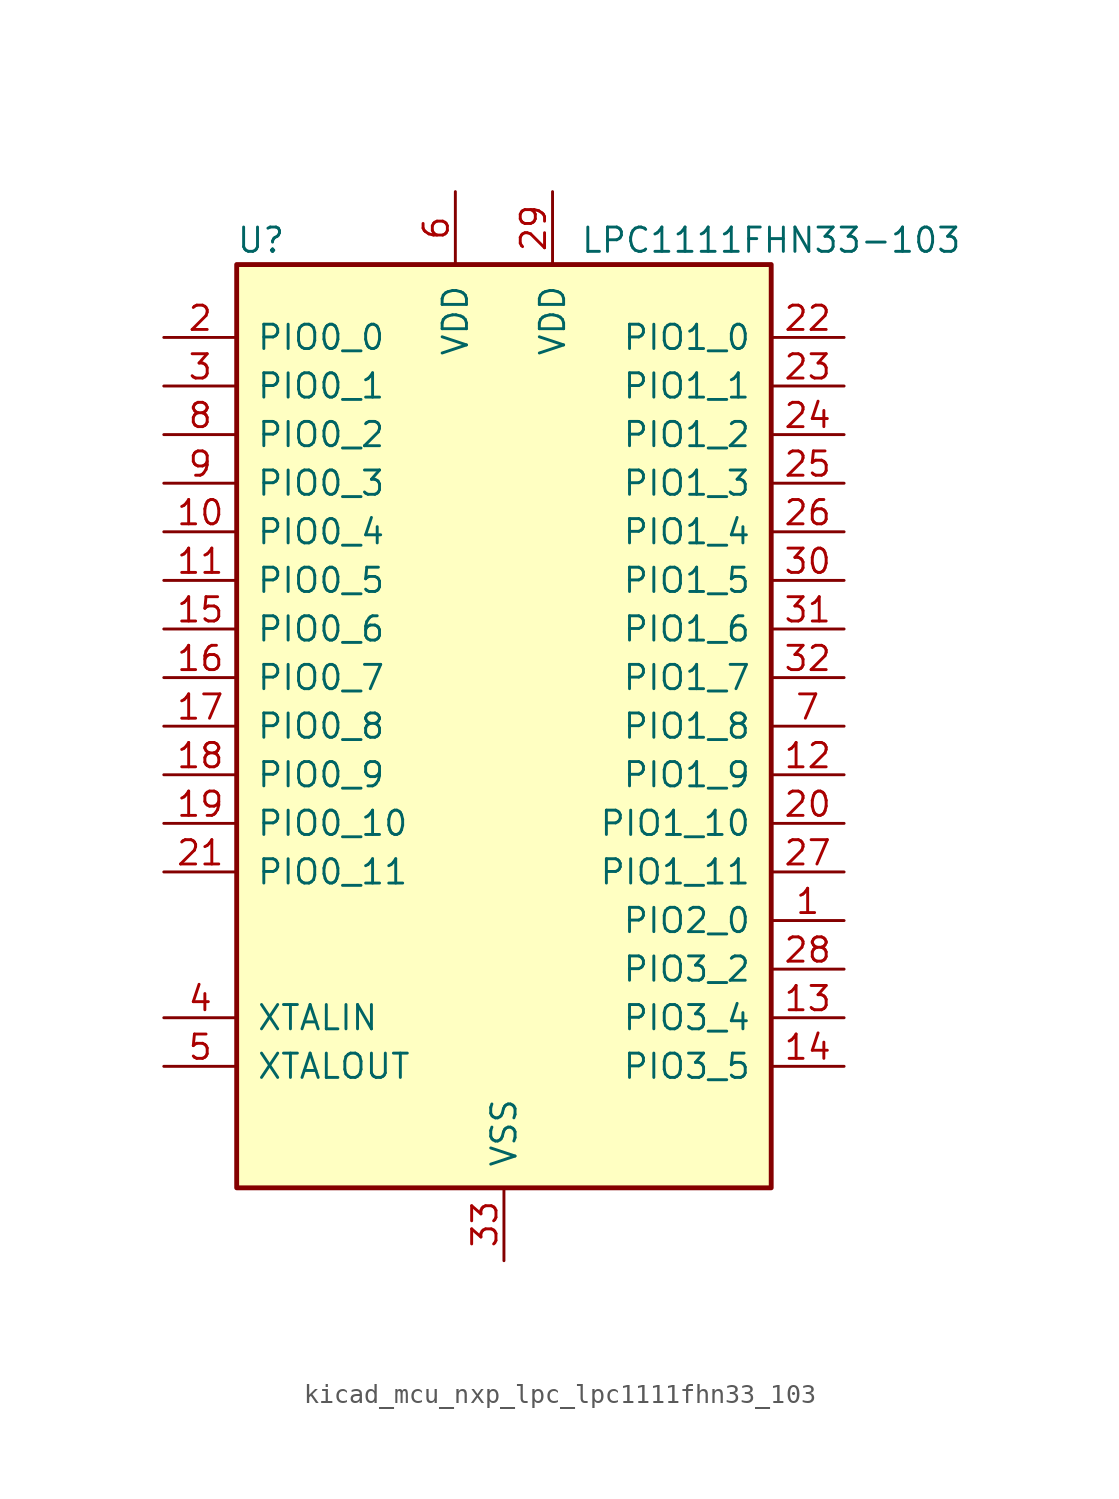
<source format=kicad_sym>
(kicad_symbol_lib
  (version 20220914)
  (generator kicad_symbol_editor)
  (symbol "kicad_mcu_nxp_lpc_lpc1111fhn33_103"
    (pin_names
      (offset 1.016))
    (property "Reference" "U"
      (at -12.7 25.4 0)
      (effects (font (size 1.27 1.27))))
    (property "Value" "LPC1111FHN33-103"
      (at 13.97 25.4 0)
      (effects (font (size 1.27 1.27))))
    (symbol "kicad_mcu_nxp_lpc_lpc1111fhn33_103_0_1"
      (rectangle (start -13.97 24.13) (end 13.97 -24.13) (stroke (width 0.254) (type default)) (fill (type background))))
    (symbol "kicad_mcu_nxp_lpc_lpc1111fhn33_103_1_1"
      (pin bidirectional line (at 17.78 -10.16 180) (length 3.81) (name "PIO2_0" (effects (font (size 1.27 1.27)))) (number "1" (effects (font (size 1.27 1.27)))))
      (pin bidirectional line (at -17.78 10.16 0) (length 3.81) (name "PIO0_4" (effects (font (size 1.27 1.27)))) (number "10" (effects (font (size 1.27 1.27)))))
      (pin bidirectional line (at -17.78 7.62 0) (length 3.81) (name "PIO0_5" (effects (font (size 1.27 1.27)))) (number "11" (effects (font (size 1.27 1.27)))))
      (pin bidirectional line (at 17.78 -2.54 180) (length 3.81) (name "PIO1_9" (effects (font (size 1.27 1.27)))) (number "12" (effects (font (size 1.27 1.27)))))
      (pin bidirectional line (at 17.78 -15.24 180) (length 3.81) (name "PIO3_4" (effects (font (size 1.27 1.27)))) (number "13" (effects (font (size 1.27 1.27)))))
      (pin bidirectional line (at 17.78 -17.78 180) (length 3.81) (name "PIO3_5" (effects (font (size 1.27 1.27)))) (number "14" (effects (font (size 1.27 1.27)))))
      (pin bidirectional line (at -17.78 5.08 0) (length 3.81) (name "PIO0_6" (effects (font (size 1.27 1.27)))) (number "15" (effects (font (size 1.27 1.27)))))
      (pin bidirectional line (at -17.78 2.54 0) (length 3.81) (name "PIO0_7" (effects (font (size 1.27 1.27)))) (number "16" (effects (font (size 1.27 1.27)))))
      (pin bidirectional line (at -17.78 0 0) (length 3.81) (name "PIO0_8" (effects (font (size 1.27 1.27)))) (number "17" (effects (font (size 1.27 1.27)))))
      (pin bidirectional line (at -17.78 -2.54 0) (length 3.81) (name "PIO0_9" (effects (font (size 1.27 1.27)))) (number "18" (effects (font (size 1.27 1.27)))))
      (pin bidirectional line (at -17.78 -5.08 0) (length 3.81) (name "PIO0_10" (effects (font (size 1.27 1.27)))) (number "19" (effects (font (size 1.27 1.27)))))
      (pin bidirectional line (at -17.78 20.32 0) (length 3.81) (name "PIO0_0" (effects (font (size 1.27 1.27)))) (number "2" (effects (font (size 1.27 1.27)))))
      (pin bidirectional line (at 17.78 -5.08 180) (length 3.81) (name "PIO1_10" (effects (font (size 1.27 1.27)))) (number "20" (effects (font (size 1.27 1.27)))))
      (pin bidirectional line (at -17.78 -7.62 0) (length 3.81) (name "PIO0_11" (effects (font (size 1.27 1.27)))) (number "21" (effects (font (size 1.27 1.27)))))
      (pin bidirectional line (at 17.78 20.32 180) (length 3.81) (name "PIO1_0" (effects (font (size 1.27 1.27)))) (number "22" (effects (font (size 1.27 1.27)))))
      (pin bidirectional line (at 17.78 17.78 180) (length 3.81) (name "PIO1_1" (effects (font (size 1.27 1.27)))) (number "23" (effects (font (size 1.27 1.27)))))
      (pin bidirectional line (at 17.78 15.24 180) (length 3.81) (name "PIO1_2" (effects (font (size 1.27 1.27)))) (number "24" (effects (font (size 1.27 1.27)))))
      (pin bidirectional line (at 17.78 12.7 180) (length 3.81) (name "PIO1_3" (effects (font (size 1.27 1.27)))) (number "25" (effects (font (size 1.27 1.27)))))
      (pin bidirectional line (at 17.78 10.16 180) (length 3.81) (name "PIO1_4" (effects (font (size 1.27 1.27)))) (number "26" (effects (font (size 1.27 1.27)))))
      (pin bidirectional line (at 17.78 -7.62 180) (length 3.81) (name "PIO1_11" (effects (font (size 1.27 1.27)))) (number "27" (effects (font (size 1.27 1.27)))))
      (pin bidirectional line (at 17.78 -12.7 180) (length 3.81) (name "PIO3_2" (effects (font (size 1.27 1.27)))) (number "28" (effects (font (size 1.27 1.27)))))
      (pin power_in line (at 2.54 27.94 270) (length 3.81) (name "VDD" (effects (font (size 1.27 1.27)))) (number "29" (effects (font (size 1.27 1.27)))))
      (pin bidirectional line (at -17.78 17.78 0) (length 3.81) (name "PIO0_1" (effects (font (size 1.27 1.27)))) (number "3" (effects (font (size 1.27 1.27)))))
      (pin bidirectional line (at 17.78 7.62 180) (length 3.81) (name "PIO1_5" (effects (font (size 1.27 1.27)))) (number "30" (effects (font (size 1.27 1.27)))))
      (pin bidirectional line (at 17.78 5.08 180) (length 3.81) (name "PIO1_6" (effects (font (size 1.27 1.27)))) (number "31" (effects (font (size 1.27 1.27)))))
      (pin bidirectional line (at 17.78 2.54 180) (length 3.81) (name "PIO1_7" (effects (font (size 1.27 1.27)))) (number "32" (effects (font (size 1.27 1.27)))))
      (pin power_in line (at 0 -27.94 90) (length 3.81) (name "VSS" (effects (font (size 1.27 1.27)))) (number "33" (effects (font (size 1.27 1.27)))))
      (pin input line (at -17.78 -15.24 0) (length 3.81) (name "XTALIN" (effects (font (size 1.27 1.27)))) (number "4" (effects (font (size 1.27 1.27)))))
      (pin output line (at -17.78 -17.78 0) (length 3.81) (name "XTALOUT" (effects (font (size 1.27 1.27)))) (number "5" (effects (font (size 1.27 1.27)))))
      (pin power_in line (at -2.54 27.94 270) (length 3.81) (name "VDD" (effects (font (size 1.27 1.27)))) (number "6" (effects (font (size 1.27 1.27)))))
      (pin bidirectional line (at 17.78 0 180) (length 3.81) (name "PIO1_8" (effects (font (size 1.27 1.27)))) (number "7" (effects (font (size 1.27 1.27)))))
      (pin bidirectional line (at -17.78 15.24 0) (length 3.81) (name "PIO0_2" (effects (font (size 1.27 1.27)))) (number "8" (effects (font (size 1.27 1.27)))))
      (pin bidirectional line (at -17.78 12.7 0) (length 3.81) (name "PIO0_3" (effects (font (size 1.27 1.27)))) (number "9" (effects (font (size 1.27 1.27))))))))
</source>
